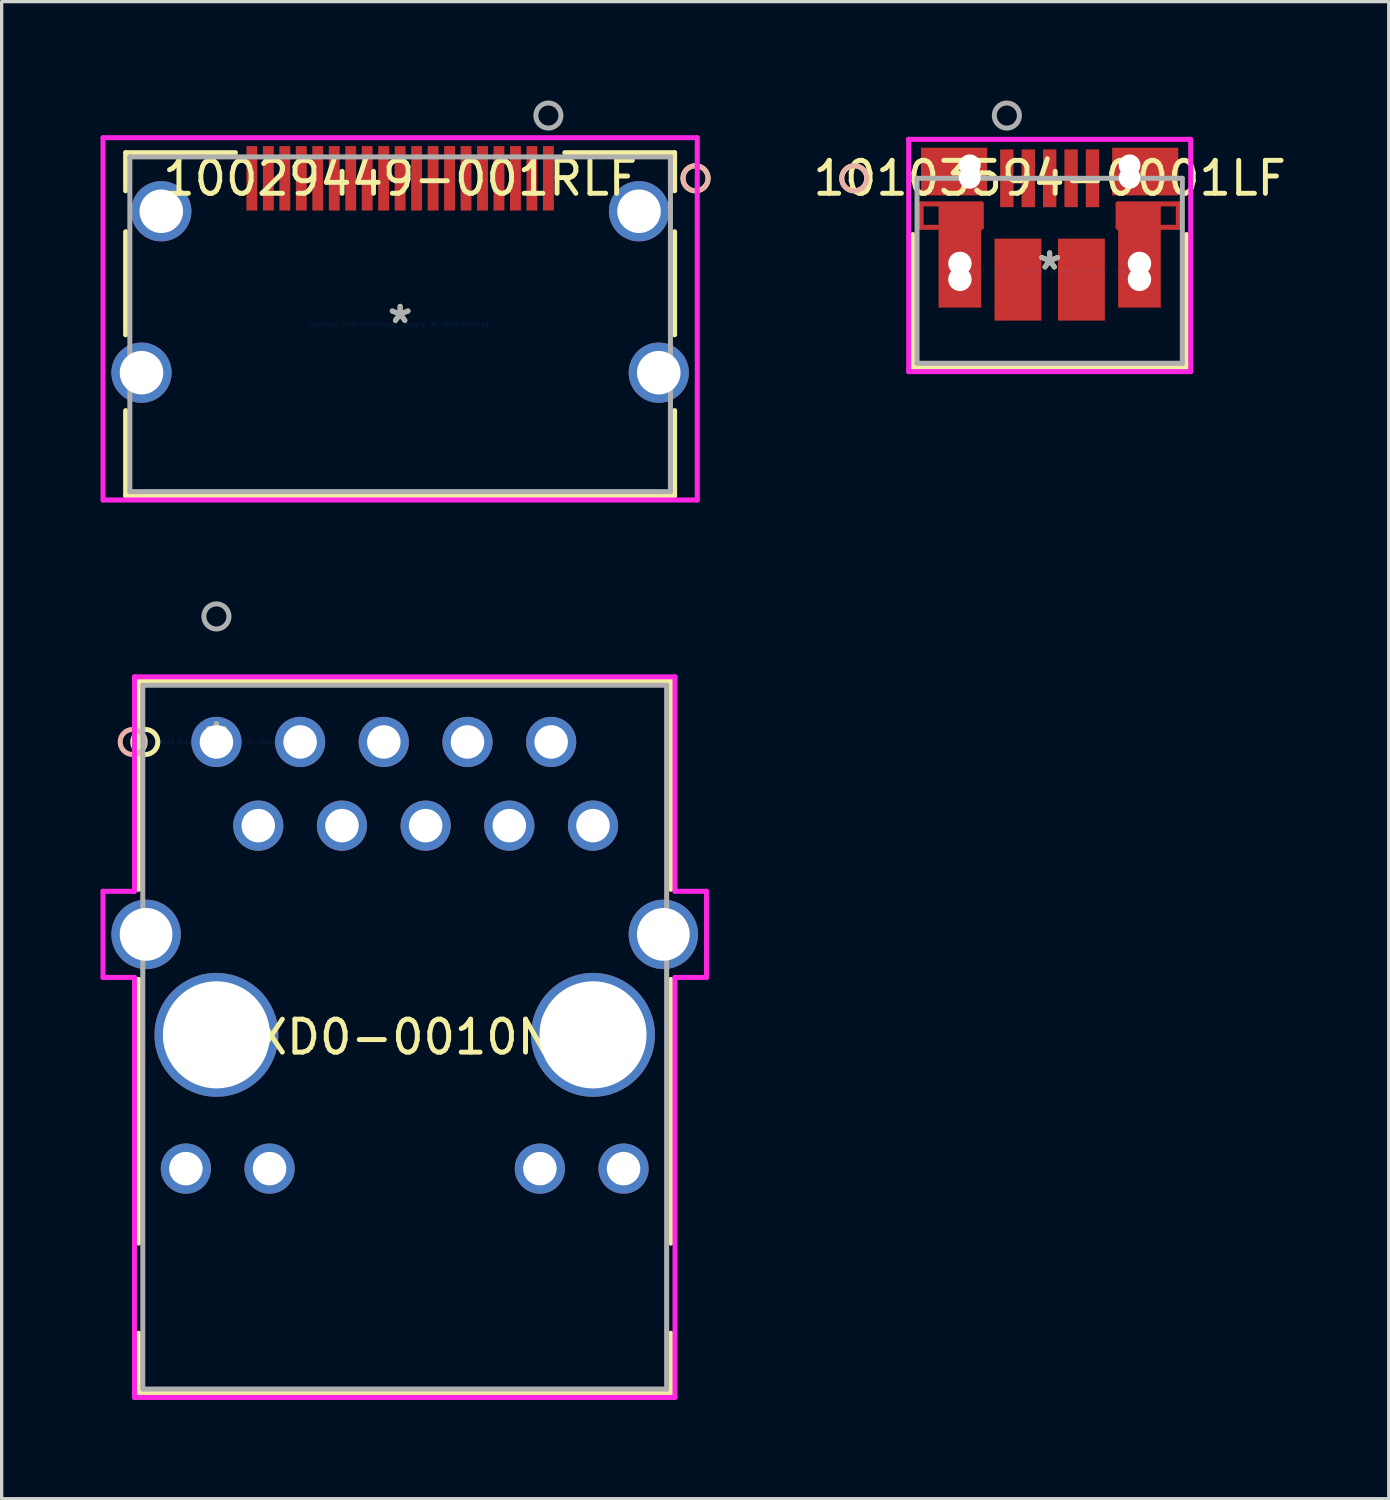
<source format=kicad_pcb>
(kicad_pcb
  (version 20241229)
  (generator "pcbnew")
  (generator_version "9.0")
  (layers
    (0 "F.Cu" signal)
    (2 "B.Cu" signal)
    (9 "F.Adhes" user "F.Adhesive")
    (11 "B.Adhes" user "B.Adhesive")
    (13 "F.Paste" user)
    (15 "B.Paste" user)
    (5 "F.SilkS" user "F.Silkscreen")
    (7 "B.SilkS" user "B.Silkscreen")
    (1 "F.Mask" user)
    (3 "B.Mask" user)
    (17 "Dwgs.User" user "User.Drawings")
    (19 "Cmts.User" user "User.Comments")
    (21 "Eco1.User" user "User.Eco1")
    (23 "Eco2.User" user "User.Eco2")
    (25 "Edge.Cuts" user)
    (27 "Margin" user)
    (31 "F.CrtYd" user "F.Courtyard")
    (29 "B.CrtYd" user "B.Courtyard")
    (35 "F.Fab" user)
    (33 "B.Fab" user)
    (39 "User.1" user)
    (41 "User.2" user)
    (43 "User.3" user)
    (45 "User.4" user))
  (footprint "10029449-001RLF"
    (layer "F.Cu")
    (at 9.095 6.792)
    (property "Reference" "10029449-001RLF" (at 0 -4.43 0) (layer "F.SilkS") (effects (font (size 1 1) (thickness 0.15))))
    (attr through_hole)
    (fp_line (start -8.331 -5.207) (end -8.331 -4.052) (stroke (width 0.152) (type solid)) (layer "F.SilkS"))
    (fp_line (start -8.331 -2.808) (end -8.331 0.319) (stroke (width 0.152) (type solid)) (layer "F.SilkS"))
    (fp_line (start -8.331 2.621) (end -8.331 5.207) (stroke (width 0.152) (type solid)) (layer "F.SilkS"))
    (fp_line (start -8.331 5.207) (end 8.331 5.207) (stroke (width 0.152) (type solid)) (layer "F.SilkS"))
    (fp_line (start -4.998 -5.207) (end -8.331 -5.207) (stroke (width 0.152) (type solid)) (layer "F.SilkS"))
    (fp_line (start 8.331 -5.207) (end 4.998 -5.207) (stroke (width 0.152) (type solid)) (layer "F.SilkS"))
    (fp_line (start 8.331 -4.052) (end 8.331 -5.207) (stroke (width 0.152) (type solid)) (layer "F.SilkS"))
    (fp_line (start 8.331 0.319) (end 8.331 -2.808) (stroke (width 0.152) (type solid)) (layer "F.SilkS"))
    (fp_line (start 8.331 5.207) (end 8.331 2.621) (stroke (width 0.152) (type solid)) (layer "F.SilkS"))
    (fp_circle (center 8.966 -4.43) (end 9.347 -4.43) (stroke (width 0.152) (type solid)) (fill no) (layer "F.SilkS"))
    (fp_circle (center 8.966 -4.43) (end 9.347 -4.43) (stroke (width 0.152) (type solid)) (fill no) (layer "B.SilkS"))
    (fp_line (start -9.018 -5.662) (end -9.018 5.334) (stroke (width 0.152) (type solid)) (layer "F.CrtYd"))
    (fp_line (start -9.018 5.334) (end 9.018 5.334) (stroke (width 0.152) (type solid)) (layer "F.CrtYd"))
    (fp_line (start 9.018 -5.662) (end -9.018 -5.662) (stroke (width 0.152) (type solid)) (layer "F.CrtYd"))
    (fp_line (start 9.018 5.334) (end 9.018 -5.662) (stroke (width 0.152) (type solid)) (layer "F.CrtYd"))
    (fp_line (start -8.204 -5.08) (end -8.204 5.08) (stroke (width 0.152) (type solid)) (layer "F.Fab"))
    (fp_line (start -8.204 5.08) (end 8.204 5.08) (stroke (width 0.152) (type solid)) (layer "F.Fab"))
    (fp_line (start 8.204 -5.08) (end -8.204 -5.08) (stroke (width 0.152) (type solid)) (layer "F.Fab"))
    (fp_line (start 8.204 5.08) (end 8.204 -5.08) (stroke (width 0.152) (type solid)) (layer "F.Fab"))
    (fp_circle (center 4.5 -6.335) (end 4.881 -6.335) (stroke (width 0.152) (type solid)) (fill no) (layer "F.Fab"))
    (fp_text user "*" (at 0 0 0) (layer "F.SilkS") (effects (font (size 1 1) (thickness 0.15))))
    (fp_text user "Copyright 2016 Accelerated Designs. All rights reserved." (at 0 0 0) (layer "Cmts.User") (effects (font (size 0.127 0.127) (thickness 0.002))))
    (fp_text user "*" (at 0 0 0) (layer "F.Fab") (effects (font (size 1 1) (thickness 0.15))))
    (pad "1" smd rect (at 4.5 -4.43) (size 0.33 1.956) (layers "F.Cu" "F.Mask" "F.Paste"))
    (pad "2" smd rect (at 4 -4.43) (size 0.33 1.956) (layers "F.Cu" "F.Mask" "F.Paste"))
    (pad "3" smd rect (at 3.5 -4.43) (size 0.33 1.956) (layers "F.Cu" "F.Mask" "F.Paste"))
    (pad "4" smd rect (at 3 -4.43) (size 0.33 1.956) (layers "F.Cu" "F.Mask" "F.Paste"))
    (pad "5" smd rect (at 2.5 -4.43) (size 0.33 1.956) (layers "F.Cu" "F.Mask" "F.Paste"))
    (pad "6" smd rect (at 2 -4.43) (size 0.33 1.956) (layers "F.Cu" "F.Mask" "F.Paste"))
    (pad "7" smd rect (at 1.5 -4.43) (size 0.33 1.956) (layers "F.Cu" "F.Mask" "F.Paste"))
    (pad "8" smd rect (at 1 -4.43) (size 0.33 1.956) (layers "F.Cu" "F.Mask" "F.Paste"))
    (pad "9" smd rect (at 0.5 -4.43) (size 0.33 1.956) (layers "F.Cu" "F.Mask" "F.Paste"))
    (pad "10" smd rect (at 0 -4.43) (size 0.33 1.956) (layers "F.Cu" "F.Mask" "F.Paste"))
    (pad "11" smd rect (at -0.5 -4.43) (size 0.33 1.956) (layers "F.Cu" "F.Mask" "F.Paste"))
    (pad "12" smd rect (at -1 -4.43) (size 0.33 1.956) (layers "F.Cu" "F.Mask" "F.Paste"))
    (pad "13" smd rect (at -1.5 -4.43) (size 0.33 1.956) (layers "F.Cu" "F.Mask" "F.Paste"))
    (pad "14" smd rect (at -2 -4.43) (size 0.33 1.956) (layers "F.Cu" "F.Mask" "F.Paste"))
    (pad "15" smd rect (at -2.5 -4.43) (size 0.33 1.956) (layers "F.Cu" "F.Mask" "F.Paste"))
    (pad "16" smd rect (at -3 -4.43) (size 0.33 1.956) (layers "F.Cu" "F.Mask" "F.Paste"))
    (pad "17" smd rect (at -3.5 -4.43) (size 0.33 1.956) (layers "F.Cu" "F.Mask" "F.Paste"))
    (pad "18" smd rect (at -4 -4.43) (size 0.33 1.956) (layers "F.Cu" "F.Mask" "F.Paste"))
    (pad "19" smd rect (at -4.5 -4.43) (size 0.33 1.956) (layers "F.Cu" "F.Mask" "F.Paste"))
    (pad "20" thru_hole circle (at -7.25 -3.43 90) (size 1.829 1.829) (drill 1.321) (layers "*.Cu" "*.Mask"))
    (pad "21" thru_hole circle (at 7.25 -3.43 90) (size 1.829 1.829) (drill 1.321) (layers "*.Cu" "*.Mask"))
    (pad "22" thru_hole circle (at -7.85 1.47 90) (size 1.829 1.829) (drill 1.321) (layers "*.Cu" "*.Mask"))
    (pad "23" thru_hole circle (at 7.85 1.47 90) (size 1.829 1.829) (drill 1.321) (layers "*.Cu" "*.Mask")))
  (footprint "JXD0-0010NL"
    (layer "F.Cu")
    (at 3.519 19.47)
    (property "Reference" "JXD0-0010NL" (at 5.715 8.959 0) (layer "F.SilkS") (effects (font (size 1 1) (thickness 0.15))))
    (attr through_hole)
    (fp_line (start -2.362 -1.849) (end -2.362 4.472) (stroke (width 0.152) (type solid)) (layer "F.SilkS"))
    (fp_line (start -2.362 7.208) (end -2.362 15.211) (stroke (width 0.152) (type solid)) (layer "F.SilkS"))
    (fp_line (start -2.362 17.947) (end -2.362 19.767) (stroke (width 0.152) (type solid)) (layer "F.SilkS"))
    (fp_line (start -2.362 19.767) (end 13.792 19.767) (stroke (width 0.152) (type solid)) (layer "F.SilkS"))
    (fp_line (start 13.792 -1.849) (end -2.362 -1.849) (stroke (width 0.152) (type solid)) (layer "F.SilkS"))
    (fp_line (start 13.792 4.472) (end 13.792 -1.849) (stroke (width 0.152) (type solid)) (layer "F.SilkS"))
    (fp_line (start 13.792 15.211) (end 13.792 7.208) (stroke (width 0.152) (type solid)) (layer "F.SilkS"))
    (fp_line (start 13.792 19.767) (end 13.792 17.947) (stroke (width 0.152) (type solid)) (layer "F.SilkS"))
    (fp_circle (center -2.159 0) (end -1.778 0) (stroke (width 0.152) (type solid)) (fill no) (layer "F.SilkS"))
    (fp_circle (center -2.54 0) (end -2.159 0) (stroke (width 0.152) (type solid)) (fill no) (layer "B.SilkS"))
    (fp_line (start -3.443 4.532) (end -3.443 7.148) (stroke (width 0.152) (type solid)) (layer "F.CrtYd"))
    (fp_line (start -3.443 7.148) (end -2.489 7.148) (stroke (width 0.152) (type solid)) (layer "F.CrtYd"))
    (fp_line (start -2.489 -1.976) (end -2.489 4.532) (stroke (width 0.152) (type solid)) (layer "F.CrtYd"))
    (fp_line (start -2.489 4.532) (end -3.443 4.532) (stroke (width 0.152) (type solid)) (layer "F.CrtYd"))
    (fp_line (start -2.489 7.148) (end -2.489 19.894) (stroke (width 0.152) (type solid)) (layer "F.CrtYd"))
    (fp_line (start -2.489 19.894) (end 13.919 19.894) (stroke (width 0.152) (type solid)) (layer "F.CrtYd"))
    (fp_line (start 13.919 -1.976) (end -2.489 -1.976) (stroke (width 0.152) (type solid)) (layer "F.CrtYd"))
    (fp_line (start 13.919 4.532) (end 13.919 -1.976) (stroke (width 0.152) (type solid)) (layer "F.CrtYd"))
    (fp_line (start 13.919 7.148) (end 14.873 7.148) (stroke (width 0.152) (type solid)) (layer "F.CrtYd"))
    (fp_line (start 13.919 19.894) (end 13.919 7.148) (stroke (width 0.152) (type solid)) (layer "F.CrtYd"))
    (fp_line (start 14.873 4.532) (end 13.919 4.532) (stroke (width 0.152) (type solid)) (layer "F.CrtYd"))
    (fp_line (start 14.873 7.148) (end 14.873 4.532) (stroke (width 0.152) (type solid)) (layer "F.CrtYd"))
    (fp_line (start -2.235 -1.722) (end -2.235 19.64) (stroke (width 0.152) (type solid)) (layer "F.Fab"))
    (fp_line (start -2.235 19.64) (end 13.665 19.64) (stroke (width 0.152) (type solid)) (layer "F.Fab"))
    (fp_line (start 13.665 -1.722) (end -2.235 -1.722) (stroke (width 0.152) (type solid)) (layer "F.Fab"))
    (fp_line (start 13.665 19.64) (end 13.665 -1.722) (stroke (width 0.152) (type solid)) (layer "F.Fab"))
    (fp_circle (center 0 -3.81) (end 0.381 -3.81) (stroke (width 0.152) (type solid)) (fill no) (layer "F.Fab"))
    (fp_text user "*" (at 0 0 0) (layer "F.SilkS") (effects (font (size 1 1) (thickness 0.15))))
    (fp_text user "Copyright 2016 Accelerated Designs. All rights reserved." (at 0 0 0) (layer "Cmts.User") (effects (font (size 0.127 0.127) (thickness 0.002))))
    (fp_text user "*" (at 0 0 0) (layer "F.Fab") (effects (font (size 1 1) (thickness 0.15))))
    (pad "15" thru_hole circle (at 0 8.89 90) (size 3.759 3.759) (drill 3.251) (layers "*.Cu" "*.Mask"))
    (pad "16" thru_hole circle (at 11.43 8.89 90) (size 3.759 3.759) (drill 3.251) (layers "*.Cu" "*.Mask"))
    (pad "17" thru_hole circle (at -2.135 5.84 90) (size 2.108 2.108) (drill 1.6) (layers "*.Cu" "*.Mask"))
    (pad "18" thru_hole circle (at 13.565 5.84 90) (size 2.108 2.108) (drill 1.6) (layers "*.Cu" "*.Mask"))
    (pad "P1" thru_hole circle (at 0 0) (size 1.524 1.524) (drill 1.016) (layers "*.Cu" "*.Mask"))
    (pad "P2" thru_hole circle (at 1.27 2.54) (size 1.524 1.524) (drill 1.016) (layers "*.Cu" "*.Mask"))
    (pad "P3" thru_hole circle (at 2.54 0) (size 1.524 1.524) (drill 1.016) (layers "*.Cu" "*.Mask"))
    (pad "P4" thru_hole circle (at 3.81 2.54) (size 1.524 1.524) (drill 1.016) (layers "*.Cu" "*.Mask"))
    (pad "P5" thru_hole circle (at 5.08 0) (size 1.524 1.524) (drill 1.016) (layers "*.Cu" "*.Mask"))
    (pad "P6" thru_hole circle (at 6.35 2.54) (size 1.524 1.524) (drill 1.016) (layers "*.Cu" "*.Mask"))
    (pad "P7" thru_hole circle (at 7.62 0) (size 1.524 1.524) (drill 1.016) (layers "*.Cu" "*.Mask"))
    (pad "P8" thru_hole circle (at 8.89 2.54) (size 1.524 1.524) (drill 1.016) (layers "*.Cu" "*.Mask"))
    (pad "P9" thru_hole circle (at 10.16 0) (size 1.524 1.524) (drill 1.016) (layers "*.Cu" "*.Mask"))
    (pad "P10" thru_hole circle (at 11.43 2.54) (size 1.524 1.524) (drill 1.016) (layers "*.Cu" "*.Mask"))
    (pad "P11" thru_hole circle (at -0.927 12.95) (size 1.524 1.524) (drill 1.016) (layers "*.Cu" "*.Mask"))
    (pad "P12" thru_hole circle (at 1.613 12.95) (size 1.524 1.524) (drill 1.016) (layers "*.Cu" "*.Mask"))
    (pad "P13" thru_hole circle (at 9.817 12.95) (size 1.524 1.524) (drill 1.016) (layers "*.Cu" "*.Mask"))
    (pad "P14" thru_hole circle (at 12.357 12.95) (size 1.524 1.524) (drill 1.016) (layers "*.Cu" "*.Mask")))
  (footprint "10103594-0001LF"
    (layer "F.Cu")
    (at 28.81 5.169)
    (property "Reference" "10103594-0001LF" (at 0 -2.807 0) (layer "F.SilkS") (effects (font (size 1 1) (thickness 0.15))))
    (attr through_hole)
    (fp_line (start -3.903 -2.031) (end -3.903 -1.32) (stroke (width 0.152) (type solid)) (layer "F.Cu"))
    (fp_line (start -3.903 -1.32) (end -2.077 -1.32) (stroke (width 0.152) (type solid)) (layer "F.Cu"))
    (fp_line (start -2.077 -2.031) (end -3.903 -2.031) (stroke (width 0.152) (type solid)) (layer "F.Cu"))
    (fp_line (start -2.077 -1.32) (end -2.077 -2.031) (stroke (width 0.152) (type solid)) (layer "F.Cu"))
    (fp_line (start 2.077 -2.031) (end 3.903 -2.031) (stroke (width 0.152) (type solid)) (layer "F.Cu"))
    (fp_line (start 2.077 -1.32) (end 2.077 -2.031) (stroke (width 0.152) (type solid)) (layer "F.Cu"))
    (fp_line (start 3.903 -2.031) (end 3.903 -1.32) (stroke (width 0.152) (type solid)) (layer "F.Cu"))
    (fp_line (start 3.903 -1.32) (end 2.077 -1.32) (stroke (width 0.152) (type solid)) (layer "F.Cu"))
    (fp_line (start -3.903 -2.031) (end -3.903 -1.32) (stroke (width 0.152) (type solid)) (layer "F.Mask"))
    (fp_line (start -3.903 -1.32) (end -2.077 -1.32) (stroke (width 0.152) (type solid)) (layer "F.Mask"))
    (fp_line (start -2.077 -2.031) (end -3.903 -2.031) (stroke (width 0.152) (type solid)) (layer "F.Mask"))
    (fp_line (start -2.077 -1.32) (end -2.077 -2.031) (stroke (width 0.152) (type solid)) (layer "F.Mask"))
    (fp_line (start 2.077 -2.031) (end 3.903 -2.031) (stroke (width 0.152) (type solid)) (layer "F.Mask"))
    (fp_line (start 2.077 -1.32) (end 2.077 -2.031) (stroke (width 0.152) (type solid)) (layer "F.Mask"))
    (fp_line (start 3.903 -2.031) (end 3.903 -1.32) (stroke (width 0.152) (type solid)) (layer "F.Mask"))
    (fp_line (start 3.903 -1.32) (end 2.077 -1.32) (stroke (width 0.152) (type solid)) (layer "F.Mask"))
    (fp_line (start -4.153 -1.1) (end -4.153 2.934) (stroke (width 0.152) (type solid)) (layer "F.SilkS"))
    (fp_line (start -4.153 2.934) (end 4.153 2.934) (stroke (width 0.152) (type solid)) (layer "F.SilkS"))
    (fp_line (start 4.153 2.934) (end 4.153 -1.1) (stroke (width 0.152) (type solid)) (layer "F.SilkS"))
    (fp_circle (center -5.931 -2.807) (end -5.55 -2.807) (stroke (width 0.152) (type solid)) (fill no) (layer "F.SilkS"))
    (fp_circle (center -5.931 -2.807) (end -5.55 -2.807) (stroke (width 0.152) (type solid)) (fill no) (layer "B.SilkS"))
    (fp_line (start -3.903 -2.031) (end -3.903 -1.32) (stroke (width 0.152) (type solid)) (layer "F.Paste"))
    (fp_line (start -3.903 -1.32) (end -2.077 -1.32) (stroke (width 0.152) (type solid)) (layer "F.Paste"))
    (fp_line (start -2.077 -2.031) (end -3.903 -2.031) (stroke (width 0.152) (type solid)) (layer "F.Paste"))
    (fp_line (start -2.077 -1.32) (end -2.077 -2.031) (stroke (width 0.152) (type solid)) (layer "F.Paste"))
    (fp_line (start 2.077 -2.031) (end 3.903 -2.031) (stroke (width 0.152) (type solid)) (layer "F.Paste"))
    (fp_line (start 2.077 -1.32) (end 2.077 -2.031) (stroke (width 0.152) (type solid)) (layer "F.Paste"))
    (fp_line (start 3.903 -2.031) (end 3.903 -1.32) (stroke (width 0.152) (type solid)) (layer "F.Paste"))
    (fp_line (start 3.903 -1.32) (end 2.077 -1.32) (stroke (width 0.152) (type solid)) (layer "F.Paste"))
    (fp_line (start -4.28 -3.99) (end -4.28 3.061) (stroke (width 0.152) (type solid)) (layer "F.CrtYd"))
    (fp_line (start -4.28 3.061) (end 4.28 3.061) (stroke (width 0.152) (type solid)) (layer "F.CrtYd"))
    (fp_line (start 4.28 -3.99) (end -4.28 -3.99) (stroke (width 0.152) (type solid)) (layer "F.CrtYd"))
    (fp_line (start 4.28 3.061) (end 4.28 -3.99) (stroke (width 0.152) (type solid)) (layer "F.CrtYd"))
    (fp_line (start -4.026 -2.807) (end -4.026 2.807) (stroke (width 0.152) (type solid)) (layer "F.Fab"))
    (fp_line (start -4.026 2.807) (end 4.026 2.807) (stroke (width 0.152) (type solid)) (layer "F.Fab"))
    (fp_line (start 4.026 -2.807) (end -4.026 -2.807) (stroke (width 0.152) (type solid)) (layer "F.Fab"))
    (fp_line (start 4.026 2.807) (end 4.026 -2.807) (stroke (width 0.152) (type solid)) (layer "F.Fab"))
    (fp_circle (center -1.3 -4.712) (end -0.919 -4.712) (stroke (width 0.152) (type solid)) (fill no) (layer "F.Fab"))
    (fp_text user "*" (at 0 0 0) (layer "F.SilkS") (effects (font (size 1 1) (thickness 0.15))))
    (fp_text user "Copyright 2016 Accelerated Designs. All rights reserved." (at 0 0 0) (layer "Cmts.User") (effects (font (size 0.127 0.127) (thickness 0.002))))
    (fp_text user "*" (at 0 0 0) (layer "F.Fab") (effects (font (size 1 1) (thickness 0.15))))
    (pad "" np_thru_hole circle (at -2.725 -0.223) (size 0.711 0.711) (drill 0.711) (layers "*.Cu" "*.Mask"))
    (pad "" np_thru_hole circle (at -2.725 0.26) (size 0.711 0.711) (drill 0.711) (layers "*.Cu" "*.Mask"))
    (pad "" np_thru_hole circle (at -2.425 -3.202) (size 0.66 0.66) (drill 0.66) (layers "*.Cu" "*.Mask"))
    (pad "" np_thru_hole circle (at -2.425 -2.821) (size 0.66 0.66) (drill 0.66) (layers "*.Cu" "*.Mask"))
    (pad "" np_thru_hole circle (at 2.425 -3.202) (size 0.66 0.66) (drill 0.66) (layers "*.Cu" "*.Mask"))
    (pad "" np_thru_hole circle (at 2.425 -2.821) (size 0.66 0.66) (drill 0.66) (layers "*.Cu" "*.Mask"))
    (pad "" np_thru_hole circle (at 2.725 -0.223) (size 0.711 0.711) (drill 0.711) (layers "*.Cu" "*.Mask"))
    (pad "" np_thru_hole circle (at 2.725 0.26) (size 0.711 0.711) (drill 0.711) (layers "*.Cu" "*.Mask"))
    (pad "1" smd rect (at -1.3 -2.807) (size 0.406 1.753) (layers "F.Cu" "F.Mask" "F.Paste"))
    (pad "2" smd rect (at -0.65 -2.807) (size 0.406 1.753) (layers "F.Cu" "F.Mask" "F.Paste"))
    (pad "3" smd rect (at 0 -2.807) (size 0.406 1.753) (layers "F.Cu" "F.Mask" "F.Paste"))
    (pad "4" smd rect (at 0.65 -2.807) (size 0.406 1.753) (layers "F.Cu" "F.Mask" "F.Paste"))
    (pad "5" smd rect (at 1.3 -2.807) (size 0.406 1.753) (layers "F.Cu" "F.Mask" "F.Paste"))
    (pad "6" smd rect (at -2.9 -3.012) (size 2.007 1.448) (layers "F.Cu" "F.Mask" "F.Paste"))
    (pad "7" smd rect (at 2.9 -3.012) (size 2.007 1.448) (layers "F.Cu" "F.Mask" "F.Paste"))
    (pad "8" smd rect (at -0.963 0.268) (size 1.422 2.489) (layers "F.Cu" "F.Mask" "F.Paste"))
    (pad "9" smd rect (at 0.963 0.268) (size 1.422 2.489) (layers "F.Cu" "F.Mask" "F.Paste"))
    (pad "10" smd rect (at -2.725 -0.457) (size 1.295 3.15) (layers "F.Cu" "F.Mask" "F.Paste"))
    (pad "12" smd rect (at 2.725 -0.457) (size 1.295 3.15) (layers "F.Cu" "F.Mask" "F.Paste")))
  (gr_rect
    (start -3 -3)
    (end 39.101 42.44)
    (stroke (width 0.1) (type default))
    (fill no)
    (layer "Edge.Cuts")))
</source>
